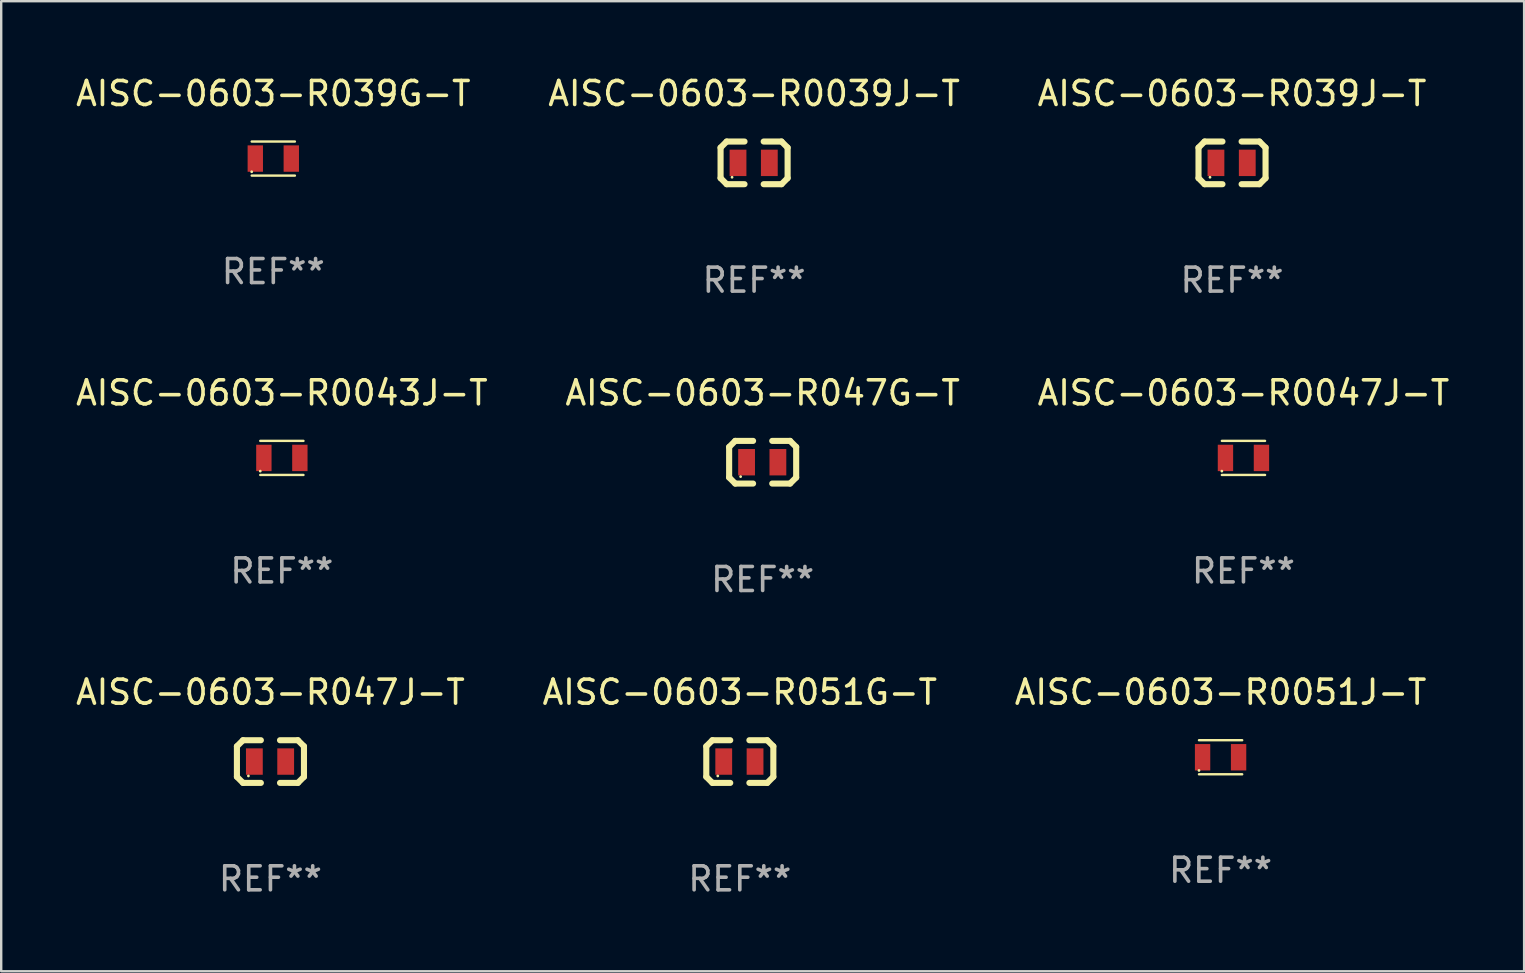
<source format=kicad_pcb>
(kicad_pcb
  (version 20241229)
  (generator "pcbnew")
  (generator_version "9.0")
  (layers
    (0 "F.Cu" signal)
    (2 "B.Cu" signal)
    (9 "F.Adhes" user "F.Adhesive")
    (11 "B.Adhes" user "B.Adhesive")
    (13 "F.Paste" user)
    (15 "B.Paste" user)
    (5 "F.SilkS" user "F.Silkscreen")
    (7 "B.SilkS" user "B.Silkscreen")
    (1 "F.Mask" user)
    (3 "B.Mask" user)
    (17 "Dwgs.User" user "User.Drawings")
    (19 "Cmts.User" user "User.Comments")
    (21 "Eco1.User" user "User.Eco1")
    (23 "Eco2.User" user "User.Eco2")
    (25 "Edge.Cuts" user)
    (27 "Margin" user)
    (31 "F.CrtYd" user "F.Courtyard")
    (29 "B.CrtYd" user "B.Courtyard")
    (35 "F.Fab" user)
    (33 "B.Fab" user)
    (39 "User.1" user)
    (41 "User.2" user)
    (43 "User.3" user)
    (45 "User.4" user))
  (footprint "AISC-0603-R047G-T"
    (layer "F.Cu")
    (at 28.732 16.212)
    (property "Reference" "AISC-0603-R047G-T" (at 0 -2.889 0) (layer "F.SilkS") (effects (font (size 1 1) (thickness 0.15))))
    (attr through_hole)
    (fp_line (start -1.397 -0.635) (end -1.397 0.635) (stroke (width 0.254) (type solid)) (layer "F.SilkS"))
    (fp_line (start -1.397 0.635) (end -1.143 0.889) (stroke (width 0.254) (type solid)) (layer "F.SilkS"))
    (fp_line (start -1.143 -0.889) (end -1.397 -0.635) (stroke (width 0.254) (type solid)) (layer "F.SilkS"))
    (fp_line (start -1.143 -0.889) (end -0.399 -0.889) (stroke (width 0.254) (type solid)) (layer "F.SilkS"))
    (fp_line (start -1.143 0.889) (end -0.399 0.889) (stroke (width 0.254) (type solid)) (layer "F.SilkS"))
    (fp_line (start 1.143 -0.889) (end 0.399 -0.889) (stroke (width 0.254) (type solid)) (layer "F.SilkS"))
    (fp_line (start 1.143 0.889) (end 0.399 0.889) (stroke (width 0.254) (type solid)) (layer "F.SilkS"))
    (fp_line (start 1.143 0.889) (end 1.397 0.635) (stroke (width 0.254) (type solid)) (layer "F.SilkS"))
    (fp_line (start 1.397 -0.635) (end 1.143 -0.889) (stroke (width 0.254) (type solid)) (layer "F.SilkS"))
    (fp_line (start 1.397 0.635) (end 1.397 -0.635) (stroke (width 0.254) (type solid)) (layer "F.SilkS"))
    (fp_circle (center -0.918 0.6) (end -0.888 0.6) (stroke (width 0.06) (type solid)) (fill no) (layer "F.SilkS"))
    (fp_text user "REF**" (at 0 4.889 0) (layer "F.Fab") (effects (font (size 1 1) (thickness 0.15))))
    (pad "1" smd rect (at -0.67 0) (size 0.7 1.1) (layers "F.Cu" "F.Mask" "F.Paste"))
    (pad "2" smd rect (at 0.635 0) (size 0.7 1.1) (layers "F.Cu" "F.Mask" "F.Paste")))
  (footprint "AISC-0603-R0043J-T"
    (layer "F.Cu")
    (at 8.696 16.033)
    (property "Reference" "AISC-0603-R0043J-T" (at 0 -2.71 0) (layer "F.SilkS") (effects (font (size 1 1) (thickness 0.15))))
    (attr through_hole)
    (fp_line (start -0.9 -0.71) (end 0.9 -0.71) (stroke (width 0.1) (type solid)) (layer "F.SilkS"))
    (fp_line (start 0.9 0.71) (end -0.9 0.71) (stroke (width 0.1) (type solid)) (layer "F.SilkS"))
    (fp_circle (center -0.9 0.55) (end -0.87 0.55) (stroke (width 0.06) (type solid)) (fill no) (layer "F.SilkS"))
    (fp_text user "REF**" (at 0 4.71 0) (layer "F.Fab") (effects (font (size 1 1) (thickness 0.15))))
    (pad "1" smd rect (at -0.75 0) (size 0.64 1.1) (layers "F.Cu" "F.Mask" "F.Paste"))
    (pad "2" smd rect (at 0.75 0) (size 0.64 1.1) (layers "F.Cu" "F.Mask" "F.Paste")))
  (footprint "AISC-0603-R039J-T"
    (layer "F.Cu")
    (at 48.292 3.737)
    (property "Reference" "AISC-0603-R039J-T" (at 0 -2.889 0) (layer "F.SilkS") (effects (font (size 1 1) (thickness 0.15))))
    (attr through_hole)
    (fp_line (start -1.397 -0.635) (end -1.397 0.635) (stroke (width 0.254) (type solid)) (layer "F.SilkS"))
    (fp_line (start -1.397 0.635) (end -1.143 0.889) (stroke (width 0.254) (type solid)) (layer "F.SilkS"))
    (fp_line (start -1.143 -0.889) (end -1.397 -0.635) (stroke (width 0.254) (type solid)) (layer "F.SilkS"))
    (fp_line (start -1.143 -0.889) (end -0.399 -0.889) (stroke (width 0.254) (type solid)) (layer "F.SilkS"))
    (fp_line (start -1.143 0.889) (end -0.399 0.889) (stroke (width 0.254) (type solid)) (layer "F.SilkS"))
    (fp_line (start 1.143 -0.889) (end 0.399 -0.889) (stroke (width 0.254) (type solid)) (layer "F.SilkS"))
    (fp_line (start 1.143 0.889) (end 0.399 0.889) (stroke (width 0.254) (type solid)) (layer "F.SilkS"))
    (fp_line (start 1.143 0.889) (end 1.397 0.635) (stroke (width 0.254) (type solid)) (layer "F.SilkS"))
    (fp_line (start 1.397 -0.635) (end 1.143 -0.889) (stroke (width 0.254) (type solid)) (layer "F.SilkS"))
    (fp_line (start 1.397 0.635) (end 1.397 -0.635) (stroke (width 0.254) (type solid)) (layer "F.SilkS"))
    (fp_circle (center -0.918 0.6) (end -0.888 0.6) (stroke (width 0.06) (type solid)) (fill no) (layer "F.SilkS"))
    (fp_text user "REF**" (at 0 4.889 0) (layer "F.Fab") (effects (font (size 1 1) (thickness 0.15))))
    (pad "1" smd rect (at -0.67 0) (size 0.7 1.1) (layers "F.Cu" "F.Mask" "F.Paste"))
    (pad "2" smd rect (at 0.635 0) (size 0.7 1.1) (layers "F.Cu" "F.Mask" "F.Paste")))
  (footprint "AISC-0603-R0051J-T"
    (layer "F.Cu")
    (at 47.815 28.507)
    (property "Reference" "AISC-0603-R0051J-T" (at 0 -2.71 0) (layer "F.SilkS") (effects (font (size 1 1) (thickness 0.15))))
    (attr through_hole)
    (fp_line (start -0.9 -0.71) (end 0.9 -0.71) (stroke (width 0.1) (type solid)) (layer "F.SilkS"))
    (fp_line (start 0.9 0.71) (end -0.9 0.71) (stroke (width 0.1) (type solid)) (layer "F.SilkS"))
    (fp_circle (center -0.9 0.55) (end -0.87 0.55) (stroke (width 0.06) (type solid)) (fill no) (layer "F.SilkS"))
    (fp_text user "REF**" (at 0 4.71 0) (layer "F.Fab") (effects (font (size 1 1) (thickness 0.15))))
    (pad "1" smd rect (at -0.75 0) (size 0.64 1.1) (layers "F.Cu" "F.Mask" "F.Paste"))
    (pad "2" smd rect (at 0.75 0) (size 0.64 1.1) (layers "F.Cu" "F.Mask" "F.Paste")))
  (footprint "AISC-0603-R0039J-T"
    (layer "F.Cu")
    (at 28.375 3.737)
    (property "Reference" "AISC-0603-R0039J-T" (at 0 -2.889 0) (layer "F.SilkS") (effects (font (size 1 1) (thickness 0.15))))
    (attr through_hole)
    (fp_line (start -1.397 -0.635) (end -1.397 0.635) (stroke (width 0.254) (type solid)) (layer "F.SilkS"))
    (fp_line (start -1.397 0.635) (end -1.143 0.889) (stroke (width 0.254) (type solid)) (layer "F.SilkS"))
    (fp_line (start -1.143 -0.889) (end -1.397 -0.635) (stroke (width 0.254) (type solid)) (layer "F.SilkS"))
    (fp_line (start -1.143 -0.889) (end -0.399 -0.889) (stroke (width 0.254) (type solid)) (layer "F.SilkS"))
    (fp_line (start -1.143 0.889) (end -0.399 0.889) (stroke (width 0.254) (type solid)) (layer "F.SilkS"))
    (fp_line (start 1.143 -0.889) (end 0.399 -0.889) (stroke (width 0.254) (type solid)) (layer "F.SilkS"))
    (fp_line (start 1.143 0.889) (end 0.399 0.889) (stroke (width 0.254) (type solid)) (layer "F.SilkS"))
    (fp_line (start 1.143 0.889) (end 1.397 0.635) (stroke (width 0.254) (type solid)) (layer "F.SilkS"))
    (fp_line (start 1.397 -0.635) (end 1.143 -0.889) (stroke (width 0.254) (type solid)) (layer "F.SilkS"))
    (fp_line (start 1.397 0.635) (end 1.397 -0.635) (stroke (width 0.254) (type solid)) (layer "F.SilkS"))
    (fp_circle (center -0.918 0.6) (end -0.888 0.6) (stroke (width 0.06) (type solid)) (fill no) (layer "F.SilkS"))
    (fp_text user "REF**" (at 0 4.889 0) (layer "F.Fab") (effects (font (size 1 1) (thickness 0.15))))
    (pad "1" smd rect (at -0.67 0) (size 0.7 1.1) (layers "F.Cu" "F.Mask" "F.Paste"))
    (pad "2" smd rect (at 0.635 0) (size 0.7 1.1) (layers "F.Cu" "F.Mask" "F.Paste")))
  (footprint "AISC-0603-R0047J-T"
    (layer "F.Cu")
    (at 48.768 16.033)
    (property "Reference" "AISC-0603-R0047J-T" (at 0 -2.71 0) (layer "F.SilkS") (effects (font (size 1 1) (thickness 0.15))))
    (attr through_hole)
    (fp_line (start -0.9 -0.71) (end 0.9 -0.71) (stroke (width 0.1) (type solid)) (layer "F.SilkS"))
    (fp_line (start 0.9 0.71) (end -0.9 0.71) (stroke (width 0.1) (type solid)) (layer "F.SilkS"))
    (fp_circle (center -0.9 0.55) (end -0.87 0.55) (stroke (width 0.06) (type solid)) (fill no) (layer "F.SilkS"))
    (fp_text user "REF**" (at 0 4.71 0) (layer "F.Fab") (effects (font (size 1 1) (thickness 0.15))))
    (pad "1" smd rect (at -0.75 0) (size 0.64 1.1) (layers "F.Cu" "F.Mask" "F.Paste"))
    (pad "2" smd rect (at 0.75 0) (size 0.64 1.1) (layers "F.Cu" "F.Mask" "F.Paste")))
  (footprint "AISC-0603-R047J-T"
    (layer "F.Cu")
    (at 8.22 28.686)
    (property "Reference" "AISC-0603-R047J-T" (at 0 -2.889 0) (layer "F.SilkS") (effects (font (size 1 1) (thickness 0.15))))
    (attr through_hole)
    (fp_line (start -1.397 -0.635) (end -1.397 0.635) (stroke (width 0.254) (type solid)) (layer "F.SilkS"))
    (fp_line (start -1.397 0.635) (end -1.143 0.889) (stroke (width 0.254) (type solid)) (layer "F.SilkS"))
    (fp_line (start -1.143 -0.889) (end -1.397 -0.635) (stroke (width 0.254) (type solid)) (layer "F.SilkS"))
    (fp_line (start -1.143 -0.889) (end -0.399 -0.889) (stroke (width 0.254) (type solid)) (layer "F.SilkS"))
    (fp_line (start -1.143 0.889) (end -0.399 0.889) (stroke (width 0.254) (type solid)) (layer "F.SilkS"))
    (fp_line (start 1.143 -0.889) (end 0.399 -0.889) (stroke (width 0.254) (type solid)) (layer "F.SilkS"))
    (fp_line (start 1.143 0.889) (end 0.399 0.889) (stroke (width 0.254) (type solid)) (layer "F.SilkS"))
    (fp_line (start 1.143 0.889) (end 1.397 0.635) (stroke (width 0.254) (type solid)) (layer "F.SilkS"))
    (fp_line (start 1.397 -0.635) (end 1.143 -0.889) (stroke (width 0.254) (type solid)) (layer "F.SilkS"))
    (fp_line (start 1.397 0.635) (end 1.397 -0.635) (stroke (width 0.254) (type solid)) (layer "F.SilkS"))
    (fp_circle (center -0.918 0.6) (end -0.888 0.6) (stroke (width 0.06) (type solid)) (fill no) (layer "F.SilkS"))
    (fp_text user "REF**" (at 0 4.889 0) (layer "F.Fab") (effects (font (size 1 1) (thickness 0.15))))
    (pad "1" smd rect (at -0.67 0) (size 0.7 1.1) (layers "F.Cu" "F.Mask" "F.Paste"))
    (pad "2" smd rect (at 0.635 0) (size 0.7 1.1) (layers "F.Cu" "F.Mask" "F.Paste")))
  (footprint "AISC-0603-R051G-T"
    (layer "F.Cu")
    (at 27.78 28.686)
    (property "Reference" "AISC-0603-R051G-T" (at 0 -2.889 0) (layer "F.SilkS") (effects (font (size 1 1) (thickness 0.15))))
    (attr through_hole)
    (fp_line (start -1.397 -0.635) (end -1.397 0.635) (stroke (width 0.254) (type solid)) (layer "F.SilkS"))
    (fp_line (start -1.397 0.635) (end -1.143 0.889) (stroke (width 0.254) (type solid)) (layer "F.SilkS"))
    (fp_line (start -1.143 -0.889) (end -1.397 -0.635) (stroke (width 0.254) (type solid)) (layer "F.SilkS"))
    (fp_line (start -1.143 -0.889) (end -0.399 -0.889) (stroke (width 0.254) (type solid)) (layer "F.SilkS"))
    (fp_line (start -1.143 0.889) (end -0.399 0.889) (stroke (width 0.254) (type solid)) (layer "F.SilkS"))
    (fp_line (start 1.143 -0.889) (end 0.399 -0.889) (stroke (width 0.254) (type solid)) (layer "F.SilkS"))
    (fp_line (start 1.143 0.889) (end 0.399 0.889) (stroke (width 0.254) (type solid)) (layer "F.SilkS"))
    (fp_line (start 1.143 0.889) (end 1.397 0.635) (stroke (width 0.254) (type solid)) (layer "F.SilkS"))
    (fp_line (start 1.397 -0.635) (end 1.143 -0.889) (stroke (width 0.254) (type solid)) (layer "F.SilkS"))
    (fp_line (start 1.397 0.635) (end 1.397 -0.635) (stroke (width 0.254) (type solid)) (layer "F.SilkS"))
    (fp_circle (center -0.918 0.6) (end -0.888 0.6) (stroke (width 0.06) (type solid)) (fill no) (layer "F.SilkS"))
    (fp_text user "REF**" (at 0 4.889 0) (layer "F.Fab") (effects (font (size 1 1) (thickness 0.15))))
    (pad "1" smd rect (at -0.67 0) (size 0.7 1.1) (layers "F.Cu" "F.Mask" "F.Paste"))
    (pad "2" smd rect (at 0.635 0) (size 0.7 1.1) (layers "F.Cu" "F.Mask" "F.Paste")))
  (footprint "AISC-0603-R039G-T"
    (layer "F.Cu")
    (at 8.339 3.558)
    (property "Reference" "AISC-0603-R039G-T" (at 0 -2.71 0) (layer "F.SilkS") (effects (font (size 1 1) (thickness 0.15))))
    (attr through_hole)
    (fp_line (start -0.9 -0.71) (end 0.9 -0.71) (stroke (width 0.1) (type solid)) (layer "F.SilkS"))
    (fp_line (start 0.9 0.71) (end -0.9 0.71) (stroke (width 0.1) (type solid)) (layer "F.SilkS"))
    (fp_circle (center -0.9 0.55) (end -0.87 0.55) (stroke (width 0.06) (type solid)) (fill no) (layer "F.SilkS"))
    (fp_text user "REF**" (at 0 4.71 0) (layer "F.Fab") (effects (font (size 1 1) (thickness 0.15))))
    (pad "1" smd rect (at -0.75 0) (size 0.64 1.1) (layers "F.Cu" "F.Mask" "F.Paste"))
    (pad "2" smd rect (at 0.75 0) (size 0.64 1.1) (layers "F.Cu" "F.Mask" "F.Paste")))
  (gr_rect
    (start -3 -3)
    (end 60.464 37.424)
    (stroke (width 0.1) (type default))
    (fill no)
    (layer "Edge.Cuts")))
</source>
